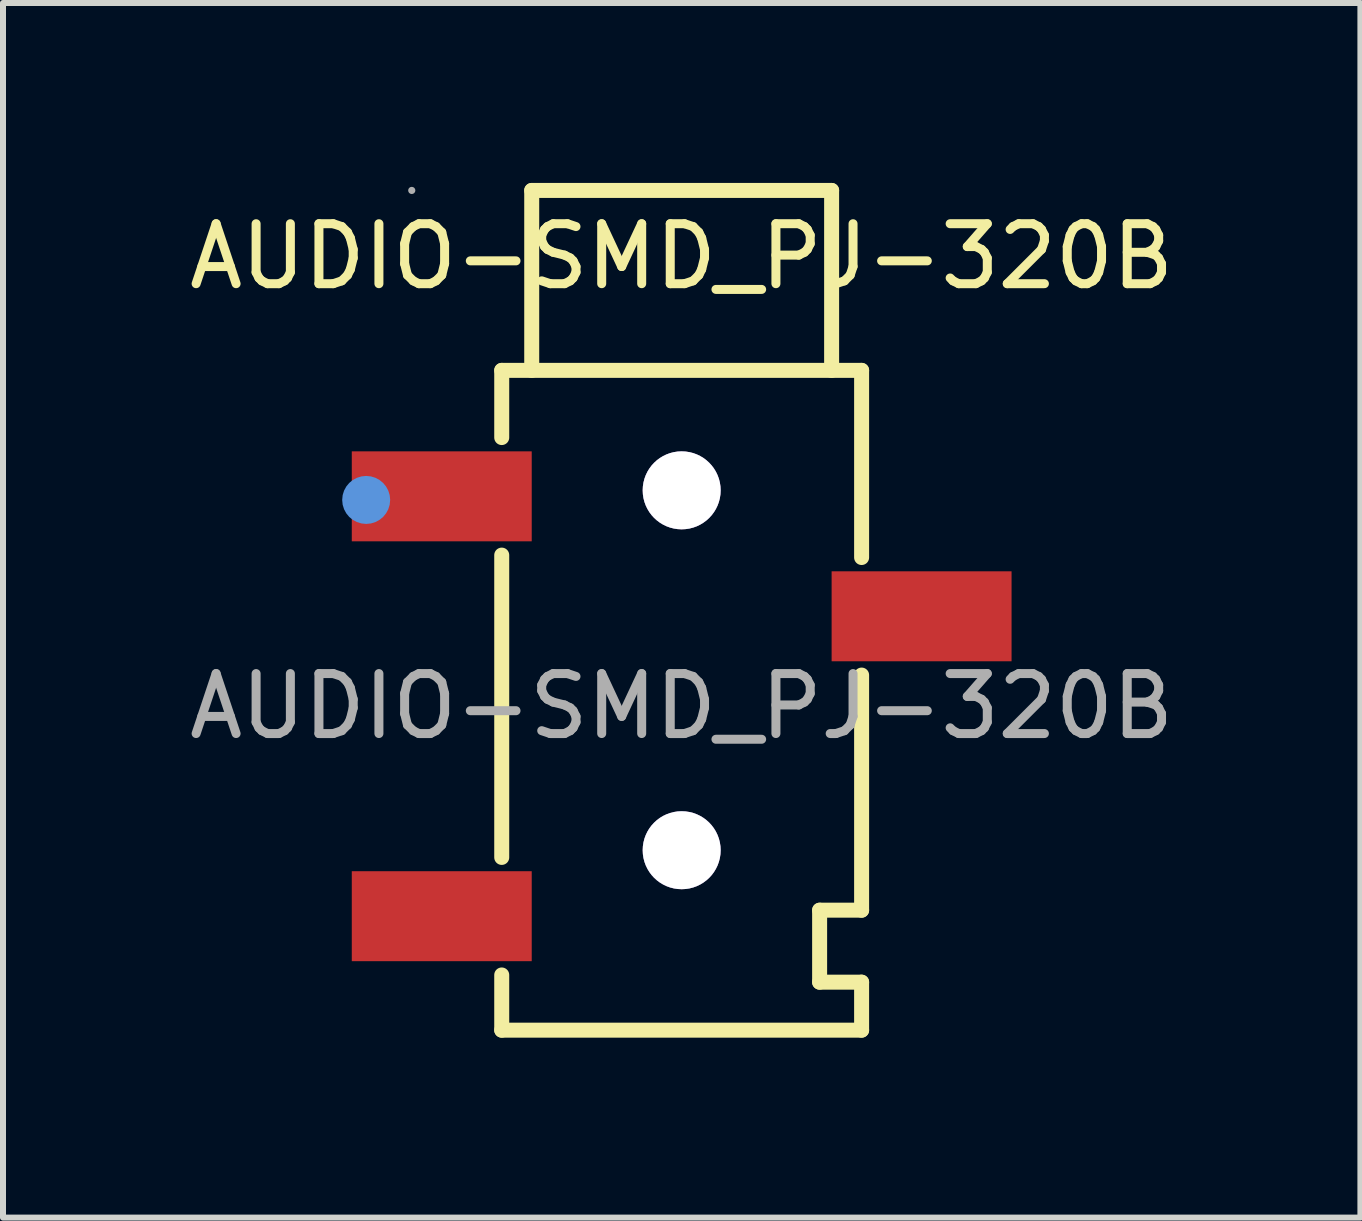
<source format=kicad_pcb>
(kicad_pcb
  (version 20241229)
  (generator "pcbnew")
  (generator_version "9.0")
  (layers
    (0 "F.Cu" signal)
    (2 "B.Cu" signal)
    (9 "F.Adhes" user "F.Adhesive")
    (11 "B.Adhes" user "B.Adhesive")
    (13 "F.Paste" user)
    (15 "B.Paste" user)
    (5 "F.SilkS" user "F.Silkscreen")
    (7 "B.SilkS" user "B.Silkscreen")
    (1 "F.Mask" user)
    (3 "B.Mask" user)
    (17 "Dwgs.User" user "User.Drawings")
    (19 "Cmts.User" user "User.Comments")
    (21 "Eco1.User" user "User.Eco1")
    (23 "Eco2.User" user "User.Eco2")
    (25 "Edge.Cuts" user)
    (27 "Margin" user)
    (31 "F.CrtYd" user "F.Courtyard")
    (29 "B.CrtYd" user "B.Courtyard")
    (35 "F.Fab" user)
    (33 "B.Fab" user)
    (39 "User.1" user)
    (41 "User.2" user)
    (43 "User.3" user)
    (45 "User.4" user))
  (footprint "AUDIO-SMD_PJ-320B"
    (layer "F.Cu")
    (at 8.315 8.725)
    (property "Reference" "AUDIO-SMD_PJ-320B" (at 0 -7.5 0) (layer "F.SilkS") (effects (font (size 1 1) (thickness 0.15))))
    (attr smd)
    (fp_line (start -3 -5.6) (end -3 -4.48) (stroke (width 0.25) (type solid)) (layer "F.SilkS"))
    (fp_line (start -3 -5.6) (end 3 -5.6) (stroke (width 0.25) (type solid)) (layer "F.SilkS"))
    (fp_line (start -3 -2.52) (end -3 2.52) (stroke (width 0.25) (type solid)) (layer "F.SilkS"))
    (fp_line (start -3 4.48) (end -3 5.4) (stroke (width 0.25) (type solid)) (layer "F.SilkS"))
    (fp_line (start -2.5 -8.6) (end 2.5 -8.6) (stroke (width 0.25) (type solid)) (layer "F.SilkS"))
    (fp_line (start -2.5 -5.6) (end -2.5 -8.6) (stroke (width 0.25) (type solid)) (layer "F.SilkS"))
    (fp_line (start 2.3 3.4) (end 2.3 4.6) (stroke (width 0.25) (type solid)) (layer "F.SilkS"))
    (fp_line (start 2.3 4.6) (end 3 4.6) (stroke (width 0.25) (type solid)) (layer "F.SilkS"))
    (fp_line (start 2.5 -5.6) (end 2.5 -8.6) (stroke (width 0.25) (type solid)) (layer "F.SilkS"))
    (fp_line (start 3 -5.6) (end 3 -2.48) (stroke (width 0.25) (type solid)) (layer "F.SilkS"))
    (fp_line (start 3 -0.52) (end 3 3.4) (stroke (width 0.25) (type solid)) (layer "F.SilkS"))
    (fp_line (start 3 3.4) (end 2.3 3.4) (stroke (width 0.25) (type solid)) (layer "F.SilkS"))
    (fp_line (start 3 4.6) (end 3 5.4) (stroke (width 0.25) (type solid)) (layer "F.SilkS"))
    (fp_line (start 3 5.4) (end -3 5.4) (stroke (width 0.25) (type solid)) (layer "F.SilkS"))
    (fp_circle (center -5.26 -3.44) (end -5.06 -3.44) (stroke (width 0.4) (type solid)) (fill no) (layer "Cmts.User"))
    (fp_circle (center 0 -3.6) (end 0.18 -3.6) (stroke (width 0.35) (type solid)) (fill no) (layer "Cmts.User"))
    (fp_circle (center 0 2.4) (end 0.18 2.4) (stroke (width 0.35) (type solid)) (fill no) (layer "Cmts.User"))
    (fp_circle (center -4.5 -8.6) (end -4.47 -8.6) (stroke (width 0.06) (type solid)) (fill no) (layer "F.Fab"))
    (fp_text user "${REFERENCE}" (at 0 0 0) (layer "F.Fab") (effects (font (size 1 1) (thickness 0.15))))
    (pad "" thru_hole circle (at 0 -3.6) (size 1.3 1.3) (drill 1.3) (layers "*.Cu" "*.Mask"))
    (pad "" thru_hole circle (at 0 2.4) (size 1.3 1.3) (drill 1.3) (layers "*.Cu" "*.Mask"))
    (pad "R" smd rect (at 4 -1.5) (size 3 1.5) (layers "F.Cu" "F.Mask" "F.Paste"))
    (pad "S" smd rect (at -4 -3.5) (size 3 1.5) (layers "F.Cu" "F.Mask" "F.Paste"))
    (pad "T" smd rect (at -4 3.5) (size 3 1.5) (layers "F.Cu" "F.Mask" "F.Paste")))
  (gr_rect
    (start -3 -3)
    (end 19.631 17.25)
    (stroke (width 0.1) (type default))
    (fill no)
    (layer "Edge.Cuts")))
</source>
